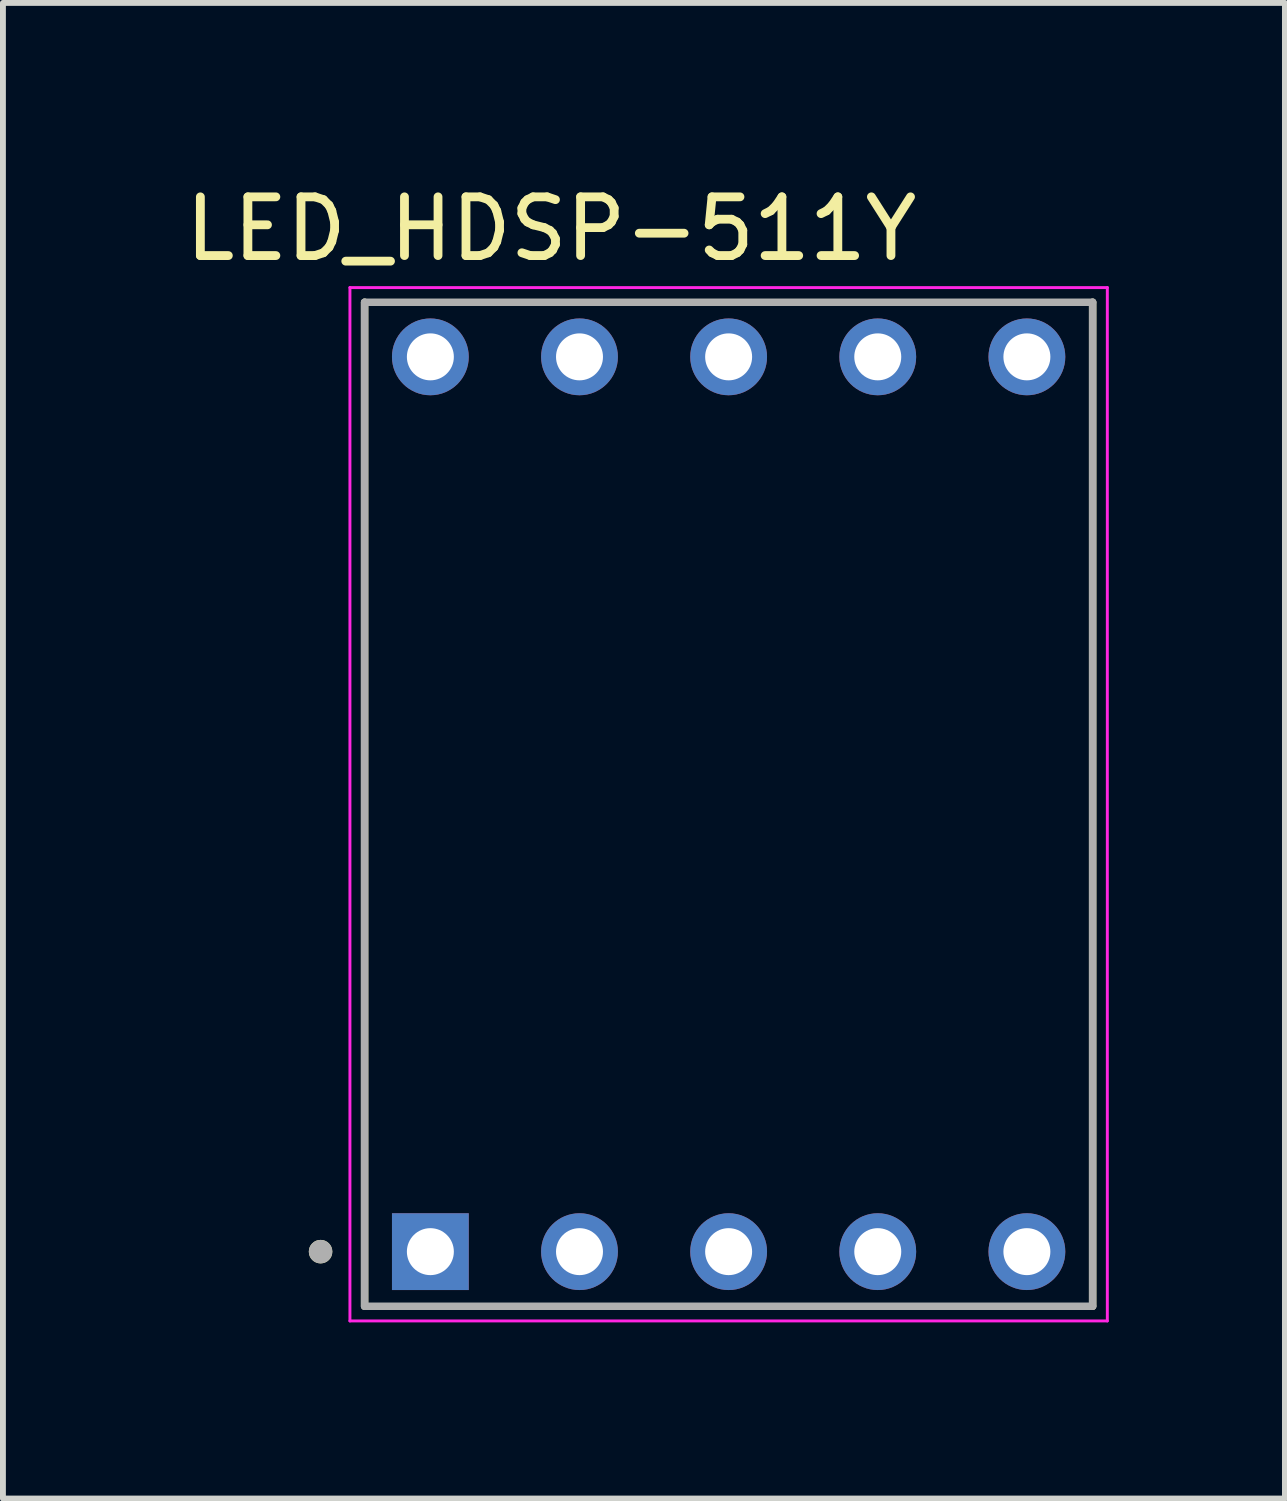
<source format=kicad_pcb>
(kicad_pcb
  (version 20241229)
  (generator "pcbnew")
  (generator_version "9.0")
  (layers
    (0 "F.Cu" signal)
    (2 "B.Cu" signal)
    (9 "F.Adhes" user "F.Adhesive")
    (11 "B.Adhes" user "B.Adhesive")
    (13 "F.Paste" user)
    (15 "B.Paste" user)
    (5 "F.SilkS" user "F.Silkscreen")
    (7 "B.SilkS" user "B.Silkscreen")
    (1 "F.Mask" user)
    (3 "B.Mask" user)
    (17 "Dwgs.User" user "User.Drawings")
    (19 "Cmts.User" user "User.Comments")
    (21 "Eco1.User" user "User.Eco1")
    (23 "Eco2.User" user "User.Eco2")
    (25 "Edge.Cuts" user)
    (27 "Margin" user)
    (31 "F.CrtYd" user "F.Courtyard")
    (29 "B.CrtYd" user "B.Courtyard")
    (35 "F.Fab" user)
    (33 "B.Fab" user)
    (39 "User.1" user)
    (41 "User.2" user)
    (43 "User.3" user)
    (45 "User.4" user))
  (footprint "LED_HDSP-511Y"
    (layer "F.Cu")
    (at 9.36 10.648)
    (property "Reference" "LED_HDSP-511Y" (at -3.021 -9.8 0) (layer "F.SilkS") (effects (font (size 1 1) (thickness 0.15))))
    (attr through_hole)
    (fp_line (start -6.2 8.55) (end -6.2 -8.55) (stroke (width 0.127) (type solid)) (layer "F.SilkS"))
    (fp_line (start 6.2 -8.55) (end 6.2 8.55) (stroke (width 0.127) (type solid)) (layer "F.SilkS"))
    (fp_circle (center -6.95 7.62) (end -6.85 7.62) (stroke (width 0.2) (type solid)) (fill no) (layer "F.SilkS"))
    (fp_line (start -6.45 -8.8) (end -6.45 8.8) (stroke (width 0.05) (type solid)) (layer "F.CrtYd"))
    (fp_line (start -6.45 8.8) (end 6.45 8.8) (stroke (width 0.05) (type solid)) (layer "F.CrtYd"))
    (fp_line (start 6.45 -8.8) (end -6.45 -8.8) (stroke (width 0.05) (type solid)) (layer "F.CrtYd"))
    (fp_line (start 6.45 8.8) (end 6.45 -8.8) (stroke (width 0.05) (type solid)) (layer "F.CrtYd"))
    (fp_line (start -6.2 -8.55) (end 6.2 -8.55) (stroke (width 0.127) (type solid)) (layer "F.Fab"))
    (fp_line (start -6.2 8.55) (end -6.2 -8.55) (stroke (width 0.127) (type solid)) (layer "F.Fab"))
    (fp_line (start 6.2 -8.55) (end 6.2 8.55) (stroke (width 0.127) (type solid)) (layer "F.Fab"))
    (fp_line (start 6.2 8.55) (end -6.2 8.55) (stroke (width 0.127) (type solid)) (layer "F.Fab"))
    (fp_circle (center -6.95 7.62) (end -6.85 7.62) (stroke (width 0.2) (type solid)) (fill no) (layer "F.Fab"))
    (pad "1" thru_hole rect (at -5.08 7.62) (size 1.308 1.308) (drill 0.8) (layers "*.Cu" "*.Mask"))
    (pad "2" thru_hole circle (at -2.54 7.62) (size 1.308 1.308) (drill 0.8) (layers "*.Cu" "*.Mask"))
    (pad "3" thru_hole circle (at 0 7.62) (size 1.308 1.308) (drill 0.8) (layers "*.Cu" "*.Mask"))
    (pad "4" thru_hole circle (at 2.54 7.62) (size 1.308 1.308) (drill 0.8) (layers "*.Cu" "*.Mask"))
    (pad "5" thru_hole circle (at 5.08 7.62) (size 1.308 1.308) (drill 0.8) (layers "*.Cu" "*.Mask"))
    (pad "6" thru_hole circle (at 5.08 -7.62) (size 1.308 1.308) (drill 0.8) (layers "*.Cu" "*.Mask"))
    (pad "7" thru_hole circle (at 2.54 -7.62) (size 1.308 1.308) (drill 0.8) (layers "*.Cu" "*.Mask"))
    (pad "8" thru_hole circle (at 0 -7.62) (size 1.308 1.308) (drill 0.8) (layers "*.Cu" "*.Mask"))
    (pad "9" thru_hole circle (at -2.54 -7.62) (size 1.308 1.308) (drill 0.8) (layers "*.Cu" "*.Mask"))
    (pad "10" thru_hole circle (at -5.08 -7.62) (size 1.308 1.308) (drill 0.8) (layers "*.Cu" "*.Mask")))
  (gr_rect
    (start -3 -3)
    (end 18.835 22.473)
    (stroke (width 0.1) (type default))
    (fill no)
    (layer "Edge.Cuts")))
</source>
